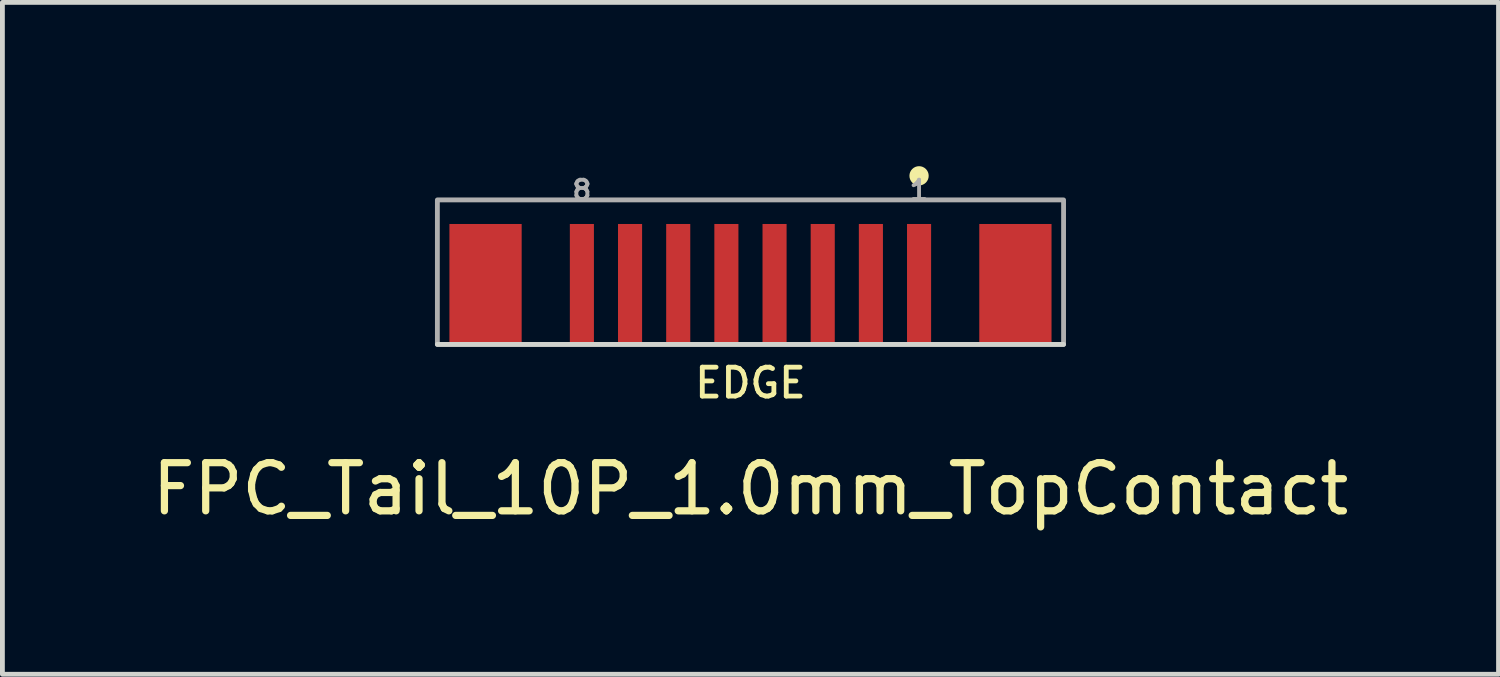
<source format=kicad_pcb>
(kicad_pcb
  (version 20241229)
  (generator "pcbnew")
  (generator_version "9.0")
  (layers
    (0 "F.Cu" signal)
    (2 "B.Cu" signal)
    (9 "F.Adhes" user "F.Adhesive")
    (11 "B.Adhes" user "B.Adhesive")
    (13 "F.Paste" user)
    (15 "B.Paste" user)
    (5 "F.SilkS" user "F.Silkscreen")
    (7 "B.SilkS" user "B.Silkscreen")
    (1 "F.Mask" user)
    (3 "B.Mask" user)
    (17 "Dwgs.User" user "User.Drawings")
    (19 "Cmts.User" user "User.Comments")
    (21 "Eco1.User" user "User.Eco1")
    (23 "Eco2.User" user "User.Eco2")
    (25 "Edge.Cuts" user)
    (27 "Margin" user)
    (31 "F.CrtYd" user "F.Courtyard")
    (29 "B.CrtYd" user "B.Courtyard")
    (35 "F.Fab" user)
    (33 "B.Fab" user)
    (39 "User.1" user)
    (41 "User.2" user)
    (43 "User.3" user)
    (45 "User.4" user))
  (footprint "FPC_Tail_10P_1.0mm_TopContact"
    (layer "F.Cu")
    (at 12.53 4.1)
    (property "Reference" "FPC_Tail_10P_1.0mm_TopContact" (at 0 3 0) (layer "F.SilkS") (effects (font (size 1 1) (thickness 0.15))))
    (attr exclude_from_pos_files exclude_from_bom)
    (fp_circle (center 3.5 -3.5) (end 3.65 -3.5) (stroke (width 0.1) (type solid)) (fill yes) (layer "F.SilkS"))
    (fp_line (start -6.5 0) (end 6.5 0) (stroke (width 0.1) (type solid)) (layer "Edge.Cuts"))
    (fp_rect (start -6.5 0) (end 6.5 -3) (stroke (width 0.1) (type default)) (fill no) (layer "F.Fab"))
    (fp_rect (start -6.5 0) (end 6.5 -4) (stroke (width 0.2) (type default)) (fill no) (layer "User.1"))
    (fp_text user "EDGE" (at 0 0.8 0) (layer "F.SilkS") (effects (font (size 0.6 0.6) (thickness 0.1))))
    (fp_text user "1" (at 3.5 -3.2 0) (layer "F.Fab") (effects (font (size 0.4 0.4) (thickness 0.08))))
    (fp_text user "8" (at -3.5 -3.2 0) (layer "F.Fab") (effects (font (size 0.4 0.4) (thickness 0.08))))
    (pad "1" smd rect (at 3.5 -1.25) (size 0.5 2.5) (layers "F.Cu" "F.Mask" "F.Paste"))
    (pad "2" smd rect (at 2.5 -1.25) (size 0.5 2.5) (layers "F.Cu" "F.Mask" "F.Paste"))
    (pad "3" smd rect (at 1.5 -1.25) (size 0.5 2.5) (layers "F.Cu" "F.Mask" "F.Paste"))
    (pad "4" smd rect (at 0.5 -1.25) (size 0.5 2.5) (layers "F.Cu" "F.Mask" "F.Paste"))
    (pad "5" smd rect (at -0.5 -1.25) (size 0.5 2.5) (layers "F.Cu" "F.Mask" "F.Paste"))
    (pad "6" smd rect (at -1.5 -1.25) (size 0.5 2.5) (layers "F.Cu" "F.Mask" "F.Paste"))
    (pad "7" smd rect (at -2.5 -1.25) (size 0.5 2.5) (layers "F.Cu" "F.Mask" "F.Paste"))
    (pad "8" smd rect (at -3.5 -1.25) (size 0.5 2.5) (layers "F.Cu" "F.Mask" "F.Paste"))
    (pad "9" smd rect (at 5.5 -1.25) (size 1.5 2.5) (layers "F.Cu" "F.Mask" "F.Paste"))
    (pad "10" smd rect (at -5.5 -1.25) (size 1.5 2.5) (layers "F.Cu" "F.Mask" "F.Paste")))
  (gr_rect
    (start -3 -3)
    (end 28.06 10.948)
    (stroke (width 0.1) (type default))
    (fill no)
    (layer "Edge.Cuts")))
</source>
